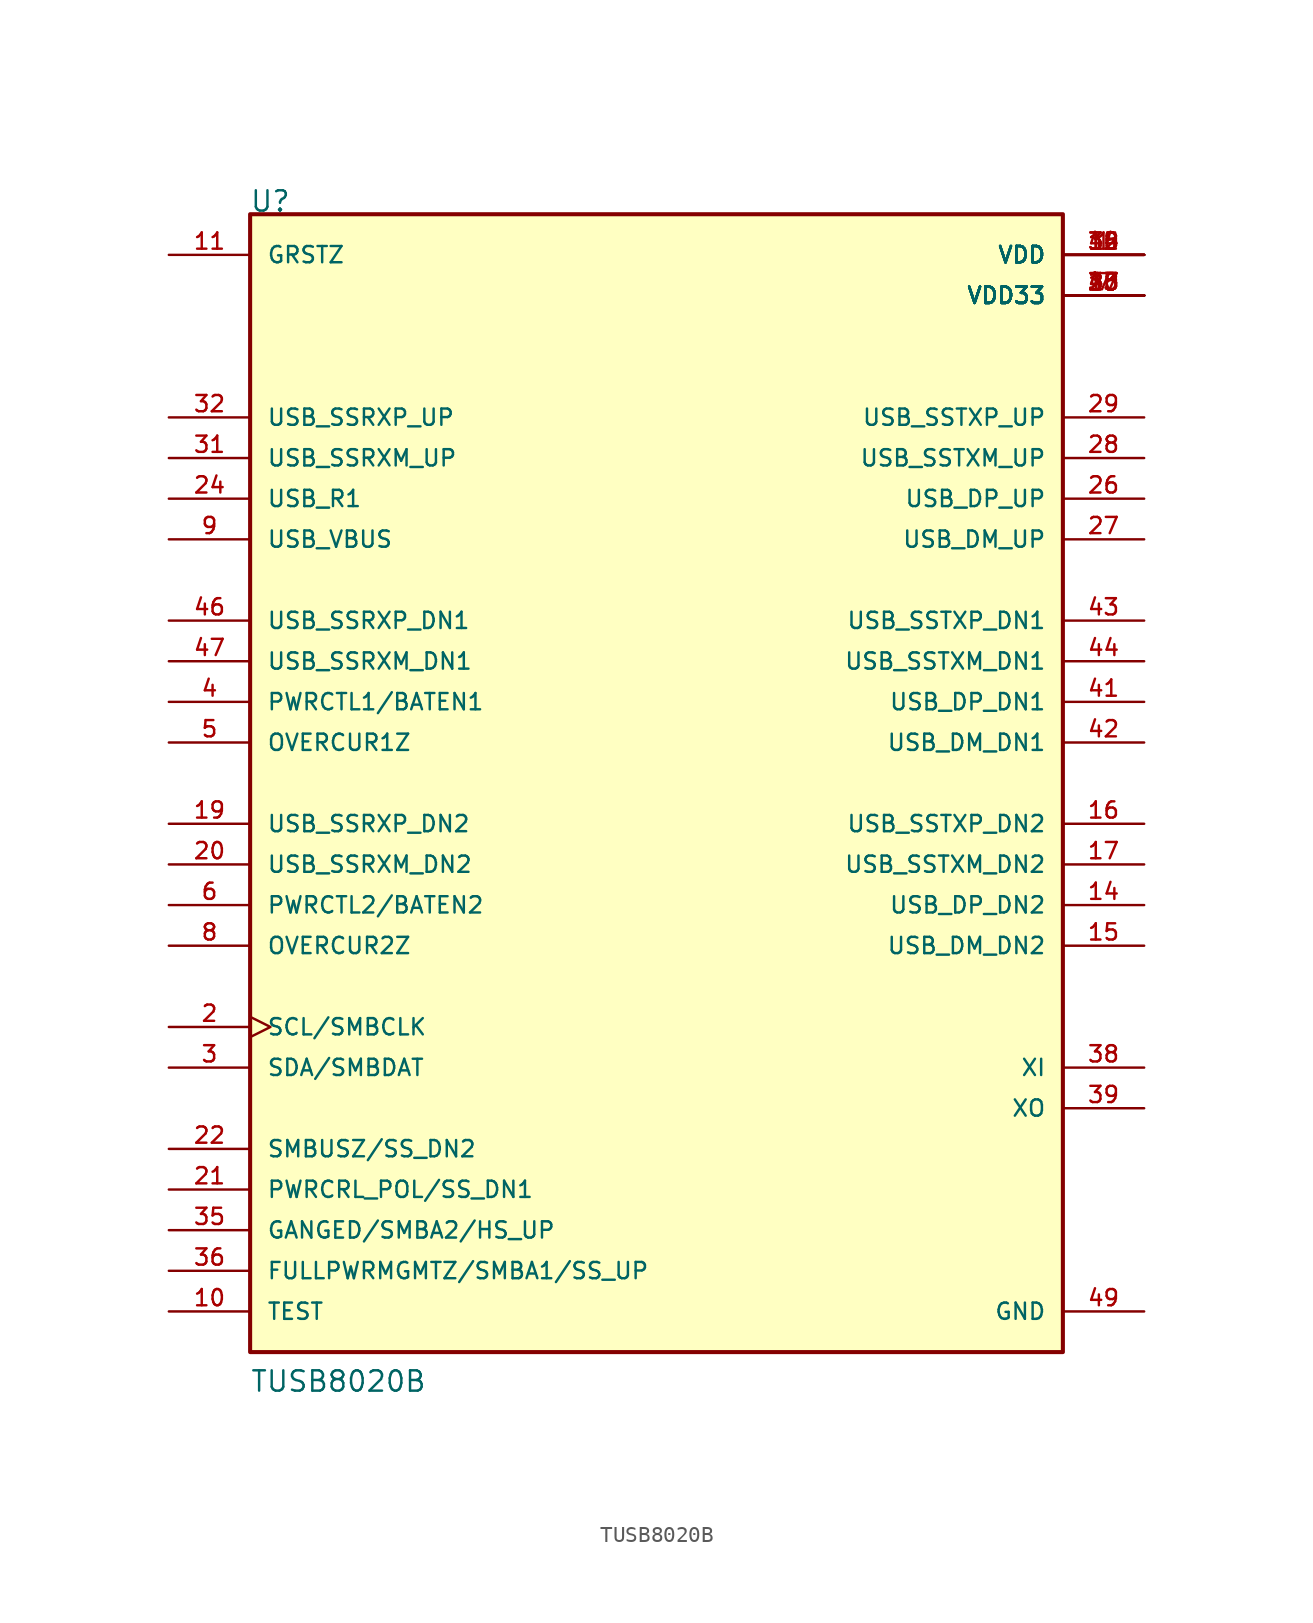
<source format=kicad_sym>
(kicad_symbol_lib
  (version 20231120)
  (generator "kicad_symbol_editor")
  (generator_version "8.0")
  (symbol "TUSB8020B"
    (pin_names
      (offset 1.016))
    (property "Reference" "U"
      (at -25.446 35.624 0)
      (effects (font (size 1.27 1.27)) (justify left bottom)))
    (property "Value" "TUSB8020B"
      (at -25.422 -38.133 0)
      (effects (font (size 1.27 1.27)) (justify left bottom)))
    (symbol "TUSB8020B_0_0"
      (rectangle (start -25.4 -35.56) (end 25.4 35.56) (stroke (width 0.254) (type default)) (fill (type background)))
      (pin power_in line (at 30.48 33.02 180) (length 5.08) (name "VDD" (effects (font (size 1.016 1.016)))) (number "1" (effects (font (size 1.016 1.016)))))
      (pin input line (at -30.48 -33.02 0) (length 5.08) (name "TEST" (effects (font (size 1.016 1.016)))) (number "10" (effects (font (size 1.016 1.016)))))
      (pin input line (at -30.48 33.02 0) (length 5.08) (name "GRSTZ" (effects (font (size 1.016 1.016)))) (number "11" (effects (font (size 1.016 1.016)))))
      (pin power_in line (at 30.48 33.02 180) (length 5.08) (name "VDD" (effects (font (size 1.016 1.016)))) (number "12" (effects (font (size 1.016 1.016)))))
      (pin power_in line (at 30.48 30.48 180) (length 5.08) (name "VDD33" (effects (font (size 1.016 1.016)))) (number "13" (effects (font (size 1.016 1.016)))))
      (pin bidirectional line (at 30.48 -7.62 180) (length 5.08) (name "USB_DP_DN2" (effects (font (size 1.016 1.016)))) (number "14" (effects (font (size 1.016 1.016)))))
      (pin bidirectional line (at 30.48 -10.16 180) (length 5.08) (name "USB_DM_DN2" (effects (font (size 1.016 1.016)))) (number "15" (effects (font (size 1.016 1.016)))))
      (pin output line (at 30.48 -2.54 180) (length 5.08) (name "USB_SSTXP_DN2" (effects (font (size 1.016 1.016)))) (number "16" (effects (font (size 1.016 1.016)))))
      (pin output line (at 30.48 -5.08 180) (length 5.08) (name "USB_SSTXM_DN2" (effects (font (size 1.016 1.016)))) (number "17" (effects (font (size 1.016 1.016)))))
      (pin power_in line (at 30.48 33.02 180) (length 5.08) (name "VDD" (effects (font (size 1.016 1.016)))) (number "18" (effects (font (size 1.016 1.016)))))
      (pin input line (at -30.48 -2.54 0) (length 5.08) (name "USB_SSRXP_DN2" (effects (font (size 1.016 1.016)))) (number "19" (effects (font (size 1.016 1.016)))))
      (pin bidirectional clock (at -30.48 -15.24 0) (length 5.08) (name "SCL/SMBCLK" (effects (font (size 1.016 1.016)))) (number "2" (effects (font (size 1.016 1.016)))))
      (pin input line (at -30.48 -5.08 0) (length 5.08) (name "USB_SSRXM_DN2" (effects (font (size 1.016 1.016)))) (number "20" (effects (font (size 1.016 1.016)))))
      (pin bidirectional line (at -30.48 -25.4 0) (length 5.08) (name "PWRCRL_POL/SS_DN1" (effects (font (size 1.016 1.016)))) (number "21" (effects (font (size 1.016 1.016)))))
      (pin input line (at -30.48 -22.86 0) (length 5.08) (name "SMBUSZ/SS_DN2" (effects (font (size 1.016 1.016)))) (number "22" (effects (font (size 1.016 1.016)))))
      (pin power_in line (at 30.48 30.48 180) (length 5.08) (name "VDD33" (effects (font (size 1.016 1.016)))) (number "23" (effects (font (size 1.016 1.016)))))
      (pin input line (at -30.48 17.78 0) (length 5.08) (name "USB_R1" (effects (font (size 1.016 1.016)))) (number "24" (effects (font (size 1.016 1.016)))))
      (pin power_in line (at 30.48 30.48 180) (length 5.08) (name "VDD33" (effects (font (size 1.016 1.016)))) (number "25" (effects (font (size 1.016 1.016)))))
      (pin bidirectional line (at 30.48 17.78 180) (length 5.08) (name "USB_DP_UP" (effects (font (size 1.016 1.016)))) (number "26" (effects (font (size 1.016 1.016)))))
      (pin bidirectional line (at 30.48 15.24 180) (length 5.08) (name "USB_DM_UP" (effects (font (size 1.016 1.016)))) (number "27" (effects (font (size 1.016 1.016)))))
      (pin output line (at 30.48 20.32 180) (length 5.08) (name "USB_SSTXM_UP" (effects (font (size 1.016 1.016)))) (number "28" (effects (font (size 1.016 1.016)))))
      (pin output line (at 30.48 22.86 180) (length 5.08) (name "USB_SSTXP_UP" (effects (font (size 1.016 1.016)))) (number "29" (effects (font (size 1.016 1.016)))))
      (pin bidirectional line (at -30.48 -17.78 0) (length 5.08) (name "SDA/SMBDAT" (effects (font (size 1.016 1.016)))) (number "3" (effects (font (size 1.016 1.016)))))
      (pin power_in line (at 30.48 33.02 180) (length 5.08) (name "VDD" (effects (font (size 1.016 1.016)))) (number "30" (effects (font (size 1.016 1.016)))))
      (pin input line (at -30.48 20.32 0) (length 5.08) (name "USB_SSRXM_UP" (effects (font (size 1.016 1.016)))) (number "31" (effects (font (size 1.016 1.016)))))
      (pin input line (at -30.48 22.86 0) (length 5.08) (name "USB_SSRXP_UP" (effects (font (size 1.016 1.016)))) (number "32" (effects (font (size 1.016 1.016)))))
      (pin power_in line (at 30.48 30.48 180) (length 5.08) (name "VDD33" (effects (font (size 1.016 1.016)))) (number "33" (effects (font (size 1.016 1.016)))))
      (pin power_in line (at 30.48 33.02 180) (length 5.08) (name "VDD" (effects (font (size 1.016 1.016)))) (number "34" (effects (font (size 1.016 1.016)))))
      (pin input line (at -30.48 -27.94 0) (length 5.08) (name "GANGED/SMBA2/HS_UP" (effects (font (size 1.016 1.016)))) (number "35" (effects (font (size 1.016 1.016)))))
      (pin input line (at -30.48 -30.48 0) (length 5.08) (name "FULLPWRMGMTZ/SMBA1/SS_UP" (effects (font (size 1.016 1.016)))) (number "36" (effects (font (size 1.016 1.016)))))
      (pin power_in line (at 30.48 30.48 180) (length 5.08) (name "VDD33" (effects (font (size 1.016 1.016)))) (number "37" (effects (font (size 1.016 1.016)))))
      (pin input line (at 30.48 -17.78 180) (length 5.08) (name "XI" (effects (font (size 1.016 1.016)))) (number "38" (effects (font (size 1.016 1.016)))))
      (pin output line (at 30.48 -20.32 180) (length 5.08) (name "XO" (effects (font (size 1.016 1.016)))) (number "39" (effects (font (size 1.016 1.016)))))
      (pin bidirectional line (at -30.48 5.08 0) (length 5.08) (name "PWRCTL1/BATEN1" (effects (font (size 1.016 1.016)))) (number "4" (effects (font (size 1.016 1.016)))))
      (pin power_in line (at 30.48 30.48 180) (length 5.08) (name "VDD33" (effects (font (size 1.016 1.016)))) (number "40" (effects (font (size 1.016 1.016)))))
      (pin bidirectional line (at 30.48 5.08 180) (length 5.08) (name "USB_DP_DN1" (effects (font (size 1.016 1.016)))) (number "41" (effects (font (size 1.016 1.016)))))
      (pin bidirectional line (at 30.48 2.54 180) (length 5.08) (name "USB_DM_DN1" (effects (font (size 1.016 1.016)))) (number "42" (effects (font (size 1.016 1.016)))))
      (pin output line (at 30.48 10.16 180) (length 5.08) (name "USB_SSTXP_DN1" (effects (font (size 1.016 1.016)))) (number "43" (effects (font (size 1.016 1.016)))))
      (pin output line (at 30.48 7.62 180) (length 5.08) (name "USB_SSTXM_DN1" (effects (font (size 1.016 1.016)))) (number "44" (effects (font (size 1.016 1.016)))))
      (pin power_in line (at 30.48 33.02 180) (length 5.08) (name "VDD" (effects (font (size 1.016 1.016)))) (number "45" (effects (font (size 1.016 1.016)))))
      (pin input line (at -30.48 10.16 0) (length 5.08) (name "USB_SSRXP_DN1" (effects (font (size 1.016 1.016)))) (number "46" (effects (font (size 1.016 1.016)))))
      (pin input line (at -30.48 7.62 0) (length 5.08) (name "USB_SSRXM_DN1" (effects (font (size 1.016 1.016)))) (number "47" (effects (font (size 1.016 1.016)))))
      (pin power_in line (at 30.48 30.48 180) (length 5.08) (name "VDD33" (effects (font (size 1.016 1.016)))) (number "48" (effects (font (size 1.016 1.016)))))
      (pin power_in line (at 30.48 -33.02 180) (length 5.08) (name "GND" (effects (font (size 1.016 1.016)))) (number "49" (effects (font (size 1.016 1.016)))))
      (pin input line (at -30.48 2.54 0) (length 5.08) (name "OVERCUR1Z" (effects (font (size 1.016 1.016)))) (number "5" (effects (font (size 1.016 1.016)))))
      (pin bidirectional line (at -30.48 -7.62 0) (length 5.08) (name "PWRCTL2/BATEN2" (effects (font (size 1.016 1.016)))) (number "6" (effects (font (size 1.016 1.016)))))
      (pin power_in line (at 30.48 30.48 180) (length 5.08) (name "VDD33" (effects (font (size 1.016 1.016)))) (number "7" (effects (font (size 1.016 1.016)))))
      (pin input line (at -30.48 -10.16 0) (length 5.08) (name "OVERCUR2Z" (effects (font (size 1.016 1.016)))) (number "8" (effects (font (size 1.016 1.016)))))
      (pin input line (at -30.48 15.24 0) (length 5.08) (name "USB_VBUS" (effects (font (size 1.016 1.016)))) (number "9" (effects (font (size 1.016 1.016))))))))
</source>
